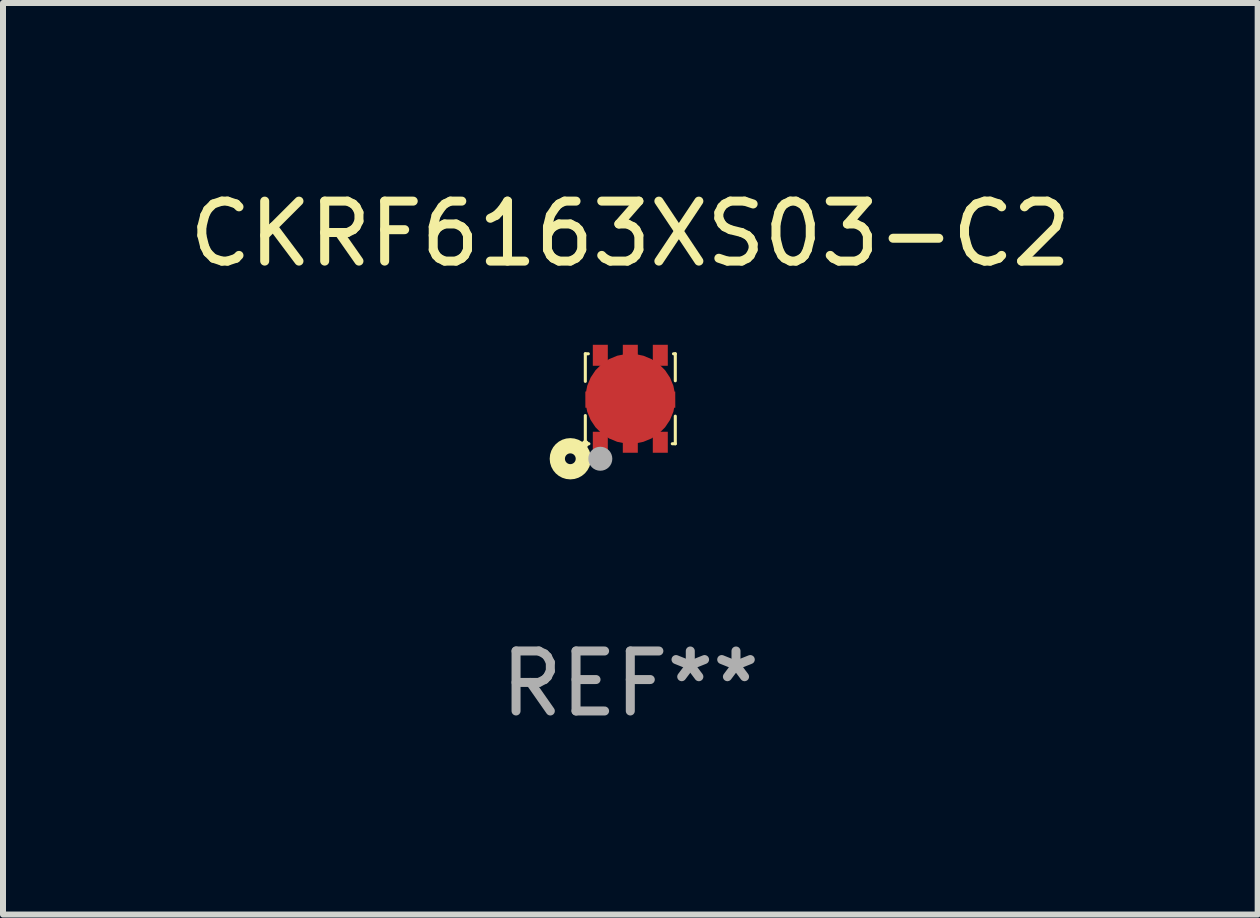
<source format=kicad_pcb>
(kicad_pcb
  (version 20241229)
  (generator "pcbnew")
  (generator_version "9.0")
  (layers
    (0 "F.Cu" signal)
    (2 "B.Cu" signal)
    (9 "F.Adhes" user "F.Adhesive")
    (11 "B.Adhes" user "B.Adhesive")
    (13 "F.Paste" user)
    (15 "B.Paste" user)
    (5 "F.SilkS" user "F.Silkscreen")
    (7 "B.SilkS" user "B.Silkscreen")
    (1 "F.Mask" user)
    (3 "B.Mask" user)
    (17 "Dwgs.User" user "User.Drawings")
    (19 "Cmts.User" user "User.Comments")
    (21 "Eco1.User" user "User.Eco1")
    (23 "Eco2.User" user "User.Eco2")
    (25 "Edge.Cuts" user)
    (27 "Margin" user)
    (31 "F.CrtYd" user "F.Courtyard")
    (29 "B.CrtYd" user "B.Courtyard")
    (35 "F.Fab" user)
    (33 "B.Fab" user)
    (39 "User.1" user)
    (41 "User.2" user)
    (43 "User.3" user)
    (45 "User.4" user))
  (footprint "CKRF6163XS03-C2"
    (layer "F.Cu")
    (at 7.458 3.598)
    (property "Reference" "CKRF6163XS03-C2" (at 0 -2.75 0) (layer "F.SilkS") (effects (font (size 1 1) (thickness 0.15))))
    (attr through_hole)
    (fp_line (start -0.75 -0.75) (end -0.75 -0.29) (stroke (width 0.051) (type solid)) (layer "F.SilkS"))
    (fp_line (start -0.75 0.75) (end -0.75 0.28) (stroke (width 0.051) (type solid)) (layer "F.SilkS"))
    (fp_line (start -0.7 -0.75) (end -0.75 -0.75) (stroke (width 0.051) (type solid)) (layer "F.SilkS"))
    (fp_line (start -0.69 0.75) (end -0.75 0.75) (stroke (width 0.051) (type solid)) (layer "F.SilkS"))
    (fp_line (start 0.7 0.75) (end 0.75 0.75) (stroke (width 0.051) (type solid)) (layer "F.SilkS"))
    (fp_line (start 0.72 -0.75) (end 0.75 -0.75) (stroke (width 0.051) (type solid)) (layer "F.SilkS"))
    (fp_line (start 0.75 -0.75) (end 0.75 -0.3) (stroke (width 0.051) (type solid)) (layer "F.SilkS"))
    (fp_line (start 0.75 0.75) (end 0.75 0.29) (stroke (width 0.051) (type solid)) (layer "F.SilkS"))
    (fp_circle (center -1 1) (end -0.91 1) (stroke (width 0.254) (type solid)) (fill no) (layer "F.SilkS"))
    (fp_circle (center -0.75 0.75) (end -0.72 0.75) (stroke (width 0.06) (type solid)) (fill no) (layer "F.SilkS"))
    (fp_circle (center -0.5 1) (end -0.4 1) (stroke (width 0.2) (type solid)) (fill no) (layer "F.Fab"))
    (fp_text user "REF**" (at 0 4.75 0) (layer "F.Fab") (effects (font (size 1 1) (thickness 0.15))))
    (pad "1" smd rect (at -0.5 0.725 90) (size 0.35 0.25) (layers "F.Cu" "F.Mask" "F.Paste"))
    (pad "2" smd rect (at -0.000013 0.725 90) (size 0.35 0.25) (layers "F.Cu" "F.Mask" "F.Paste"))
    (pad "3" smd rect (at 0.5 0.725 90) (size 0.35 0.25) (layers "F.Cu" "F.Mask" "F.Paste"))
    (pad "4" smd rect (at 0.5 -0.725 90) (size 0.35 0.25) (layers "F.Cu" "F.Mask" "F.Paste"))
    (pad "5" smd rect (at -0.000013 -0.725 90) (size 0.35 0.25) (layers "F.Cu" "F.Mask" "F.Paste"))
    (pad "6" smd rect (at -0.5 -0.725 90) (size 0.35 0.25) (layers "F.Cu" "F.Mask" "F.Paste"))
    (pad "7" smd custom (at 0.000013 0.000013) (size 1.5 0.7) (layers "F.Cu" "F.Mask" "F.Paste") (options (anchor circle)) (primitives (gr_poly (pts (xy -0.75 -0.121) (xy -0.6 -0.121) (xy -0.6 -0.35) (xy 0.601 -0.35) (xy 0.601 -0.119) (xy 0.749 -0.119) (xy 0.75 0.119) (xy 0.75 0.15) (xy 0.6 0.15) (xy 0.6 0.35) (xy -0.599 0.35) (xy -0.6 0.15) (xy -0.749 0.15)) (width 0) (fill yes)))))
  (gr_rect
    (start -3 -3)
    (end 17.917 12.197)
    (stroke (width 0.1) (type default))
    (fill no)
    (layer "Edge.Cuts")))
</source>
